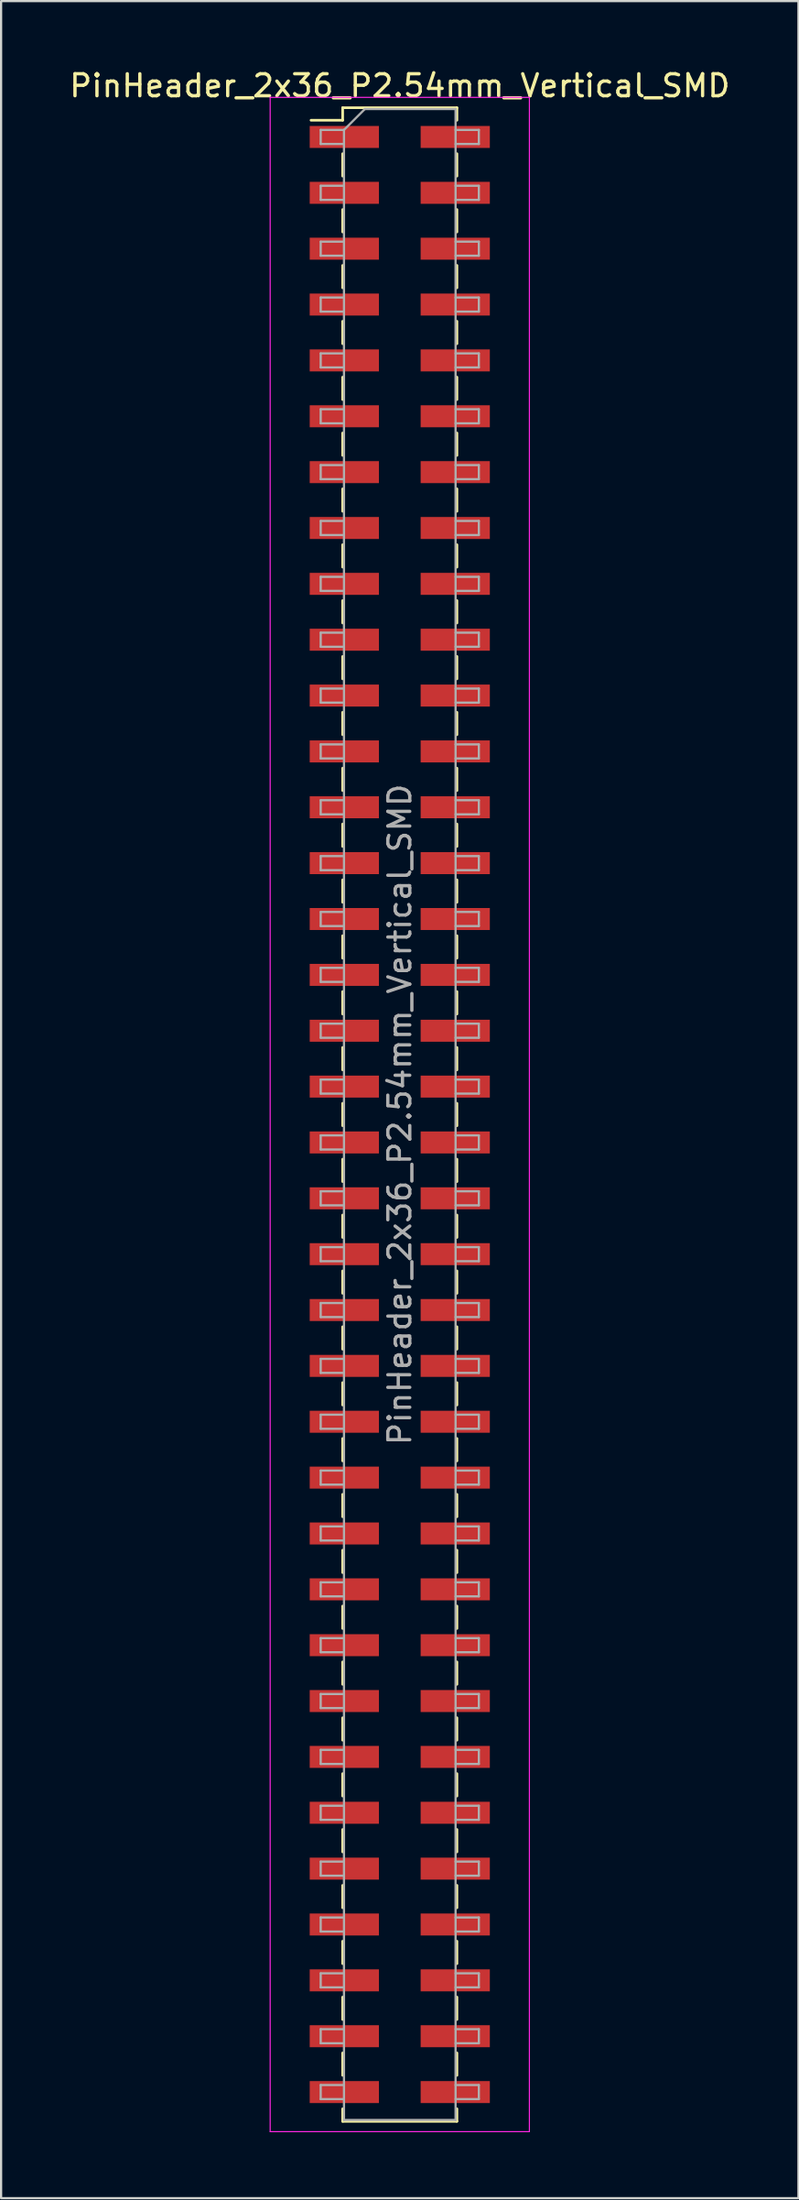
<source format=kicad_pcb>
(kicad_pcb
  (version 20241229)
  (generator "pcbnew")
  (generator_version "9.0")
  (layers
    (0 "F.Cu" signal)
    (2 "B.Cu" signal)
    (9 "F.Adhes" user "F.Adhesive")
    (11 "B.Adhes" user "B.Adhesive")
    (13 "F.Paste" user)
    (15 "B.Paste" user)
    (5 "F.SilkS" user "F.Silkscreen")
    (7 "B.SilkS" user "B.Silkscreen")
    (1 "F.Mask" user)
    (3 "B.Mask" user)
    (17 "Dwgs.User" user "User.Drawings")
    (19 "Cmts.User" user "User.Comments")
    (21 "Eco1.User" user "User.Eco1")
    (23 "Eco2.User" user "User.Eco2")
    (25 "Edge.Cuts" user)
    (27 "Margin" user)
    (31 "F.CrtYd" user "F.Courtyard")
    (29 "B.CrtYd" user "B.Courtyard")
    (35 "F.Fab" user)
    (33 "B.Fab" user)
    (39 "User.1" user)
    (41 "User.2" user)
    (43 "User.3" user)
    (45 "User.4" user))
  (footprint "PinHeader_2x36_P2.54mm_Vertical_SMD"
    (layer "F.Cu")
    (at 15.149 47.628)
    (property "Reference" "PinHeader_2x36_P2.54mm_Vertical_SMD" (at 0 -46.78 0) (layer "F.SilkS") (effects (font (size 1 1) (thickness 0.15))))
    (attr smd)
    (fp_line (start -4.04 -45.21) (end -2.6 -45.21) (stroke (width 0.12) (type solid)) (layer "F.SilkS"))
    (fp_line (start -2.6 -45.78) (end -2.6 -45.21) (stroke (width 0.12) (type solid)) (layer "F.SilkS"))
    (fp_line (start -2.6 -45.78) (end 2.6 -45.78) (stroke (width 0.12) (type solid)) (layer "F.SilkS"))
    (fp_line (start -2.6 -43.69) (end -2.6 -42.67) (stroke (width 0.12) (type solid)) (layer "F.SilkS"))
    (fp_line (start -2.6 -41.15) (end -2.6 -40.13) (stroke (width 0.12) (type solid)) (layer "F.SilkS"))
    (fp_line (start -2.6 -38.61) (end -2.6 -37.59) (stroke (width 0.12) (type solid)) (layer "F.SilkS"))
    (fp_line (start -2.6 -36.07) (end -2.6 -35.05) (stroke (width 0.12) (type solid)) (layer "F.SilkS"))
    (fp_line (start -2.6 -33.53) (end -2.6 -32.51) (stroke (width 0.12) (type solid)) (layer "F.SilkS"))
    (fp_line (start -2.6 -30.99) (end -2.6 -29.97) (stroke (width 0.12) (type solid)) (layer "F.SilkS"))
    (fp_line (start -2.6 -28.45) (end -2.6 -27.43) (stroke (width 0.12) (type solid)) (layer "F.SilkS"))
    (fp_line (start -2.6 -25.91) (end -2.6 -24.89) (stroke (width 0.12) (type solid)) (layer "F.SilkS"))
    (fp_line (start -2.6 -23.37) (end -2.6 -22.35) (stroke (width 0.12) (type solid)) (layer "F.SilkS"))
    (fp_line (start -2.6 -20.83) (end -2.6 -19.81) (stroke (width 0.12) (type solid)) (layer "F.SilkS"))
    (fp_line (start -2.6 -18.29) (end -2.6 -17.27) (stroke (width 0.12) (type solid)) (layer "F.SilkS"))
    (fp_line (start -2.6 -15.75) (end -2.6 -14.73) (stroke (width 0.12) (type solid)) (layer "F.SilkS"))
    (fp_line (start -2.6 -13.21) (end -2.6 -12.19) (stroke (width 0.12) (type solid)) (layer "F.SilkS"))
    (fp_line (start -2.6 -10.67) (end -2.6 -9.65) (stroke (width 0.12) (type solid)) (layer "F.SilkS"))
    (fp_line (start -2.6 -8.13) (end -2.6 -7.11) (stroke (width 0.12) (type solid)) (layer "F.SilkS"))
    (fp_line (start -2.6 -5.59) (end -2.6 -4.57) (stroke (width 0.12) (type solid)) (layer "F.SilkS"))
    (fp_line (start -2.6 -3.05) (end -2.6 -2.03) (stroke (width 0.12) (type solid)) (layer "F.SilkS"))
    (fp_line (start -2.6 -0.51) (end -2.6 0.51) (stroke (width 0.12) (type solid)) (layer "F.SilkS"))
    (fp_line (start -2.6 2.03) (end -2.6 3.05) (stroke (width 0.12) (type solid)) (layer "F.SilkS"))
    (fp_line (start -2.6 4.57) (end -2.6 5.59) (stroke (width 0.12) (type solid)) (layer "F.SilkS"))
    (fp_line (start -2.6 7.11) (end -2.6 8.13) (stroke (width 0.12) (type solid)) (layer "F.SilkS"))
    (fp_line (start -2.6 9.65) (end -2.6 10.67) (stroke (width 0.12) (type solid)) (layer "F.SilkS"))
    (fp_line (start -2.6 12.19) (end -2.6 13.21) (stroke (width 0.12) (type solid)) (layer "F.SilkS"))
    (fp_line (start -2.6 14.73) (end -2.6 15.75) (stroke (width 0.12) (type solid)) (layer "F.SilkS"))
    (fp_line (start -2.6 17.27) (end -2.6 18.29) (stroke (width 0.12) (type solid)) (layer "F.SilkS"))
    (fp_line (start -2.6 19.81) (end -2.6 20.83) (stroke (width 0.12) (type solid)) (layer "F.SilkS"))
    (fp_line (start -2.6 22.35) (end -2.6 23.37) (stroke (width 0.12) (type solid)) (layer "F.SilkS"))
    (fp_line (start -2.6 24.89) (end -2.6 25.91) (stroke (width 0.12) (type solid)) (layer "F.SilkS"))
    (fp_line (start -2.6 27.43) (end -2.6 28.45) (stroke (width 0.12) (type solid)) (layer "F.SilkS"))
    (fp_line (start -2.6 29.97) (end -2.6 30.99) (stroke (width 0.12) (type solid)) (layer "F.SilkS"))
    (fp_line (start -2.6 32.51) (end -2.6 33.53) (stroke (width 0.12) (type solid)) (layer "F.SilkS"))
    (fp_line (start -2.6 35.05) (end -2.6 36.07) (stroke (width 0.12) (type solid)) (layer "F.SilkS"))
    (fp_line (start -2.6 37.59) (end -2.6 38.61) (stroke (width 0.12) (type solid)) (layer "F.SilkS"))
    (fp_line (start -2.6 40.13) (end -2.6 41.15) (stroke (width 0.12) (type solid)) (layer "F.SilkS"))
    (fp_line (start -2.6 42.67) (end -2.6 43.69) (stroke (width 0.12) (type solid)) (layer "F.SilkS"))
    (fp_line (start -2.6 45.21) (end -2.6 45.78) (stroke (width 0.12) (type solid)) (layer "F.SilkS"))
    (fp_line (start -2.6 45.78) (end 2.6 45.78) (stroke (width 0.12) (type solid)) (layer "F.SilkS"))
    (fp_line (start 2.6 -45.78) (end 2.6 -45.21) (stroke (width 0.12) (type solid)) (layer "F.SilkS"))
    (fp_line (start 2.6 -43.69) (end 2.6 -42.67) (stroke (width 0.12) (type solid)) (layer "F.SilkS"))
    (fp_line (start 2.6 -41.15) (end 2.6 -40.13) (stroke (width 0.12) (type solid)) (layer "F.SilkS"))
    (fp_line (start 2.6 -38.61) (end 2.6 -37.59) (stroke (width 0.12) (type solid)) (layer "F.SilkS"))
    (fp_line (start 2.6 -36.07) (end 2.6 -35.05) (stroke (width 0.12) (type solid)) (layer "F.SilkS"))
    (fp_line (start 2.6 -33.53) (end 2.6 -32.51) (stroke (width 0.12) (type solid)) (layer "F.SilkS"))
    (fp_line (start 2.6 -30.99) (end 2.6 -29.97) (stroke (width 0.12) (type solid)) (layer "F.SilkS"))
    (fp_line (start 2.6 -28.45) (end 2.6 -27.43) (stroke (width 0.12) (type solid)) (layer "F.SilkS"))
    (fp_line (start 2.6 -25.91) (end 2.6 -24.89) (stroke (width 0.12) (type solid)) (layer "F.SilkS"))
    (fp_line (start 2.6 -23.37) (end 2.6 -22.35) (stroke (width 0.12) (type solid)) (layer "F.SilkS"))
    (fp_line (start 2.6 -20.83) (end 2.6 -19.81) (stroke (width 0.12) (type solid)) (layer "F.SilkS"))
    (fp_line (start 2.6 -18.29) (end 2.6 -17.27) (stroke (width 0.12) (type solid)) (layer "F.SilkS"))
    (fp_line (start 2.6 -15.75) (end 2.6 -14.73) (stroke (width 0.12) (type solid)) (layer "F.SilkS"))
    (fp_line (start 2.6 -13.21) (end 2.6 -12.19) (stroke (width 0.12) (type solid)) (layer "F.SilkS"))
    (fp_line (start 2.6 -10.67) (end 2.6 -9.65) (stroke (width 0.12) (type solid)) (layer "F.SilkS"))
    (fp_line (start 2.6 -8.13) (end 2.6 -7.11) (stroke (width 0.12) (type solid)) (layer "F.SilkS"))
    (fp_line (start 2.6 -5.59) (end 2.6 -4.57) (stroke (width 0.12) (type solid)) (layer "F.SilkS"))
    (fp_line (start 2.6 -3.05) (end 2.6 -2.03) (stroke (width 0.12) (type solid)) (layer "F.SilkS"))
    (fp_line (start 2.6 -0.51) (end 2.6 0.51) (stroke (width 0.12) (type solid)) (layer "F.SilkS"))
    (fp_line (start 2.6 2.03) (end 2.6 3.05) (stroke (width 0.12) (type solid)) (layer "F.SilkS"))
    (fp_line (start 2.6 4.57) (end 2.6 5.59) (stroke (width 0.12) (type solid)) (layer "F.SilkS"))
    (fp_line (start 2.6 7.11) (end 2.6 8.13) (stroke (width 0.12) (type solid)) (layer "F.SilkS"))
    (fp_line (start 2.6 9.65) (end 2.6 10.67) (stroke (width 0.12) (type solid)) (layer "F.SilkS"))
    (fp_line (start 2.6 12.19) (end 2.6 13.21) (stroke (width 0.12) (type solid)) (layer "F.SilkS"))
    (fp_line (start 2.6 14.73) (end 2.6 15.75) (stroke (width 0.12) (type solid)) (layer "F.SilkS"))
    (fp_line (start 2.6 17.27) (end 2.6 18.29) (stroke (width 0.12) (type solid)) (layer "F.SilkS"))
    (fp_line (start 2.6 19.81) (end 2.6 20.83) (stroke (width 0.12) (type solid)) (layer "F.SilkS"))
    (fp_line (start 2.6 22.35) (end 2.6 23.37) (stroke (width 0.12) (type solid)) (layer "F.SilkS"))
    (fp_line (start 2.6 24.89) (end 2.6 25.91) (stroke (width 0.12) (type solid)) (layer "F.SilkS"))
    (fp_line (start 2.6 27.43) (end 2.6 28.45) (stroke (width 0.12) (type solid)) (layer "F.SilkS"))
    (fp_line (start 2.6 29.97) (end 2.6 30.99) (stroke (width 0.12) (type solid)) (layer "F.SilkS"))
    (fp_line (start 2.6 32.51) (end 2.6 33.53) (stroke (width 0.12) (type solid)) (layer "F.SilkS"))
    (fp_line (start 2.6 35.05) (end 2.6 36.07) (stroke (width 0.12) (type solid)) (layer "F.SilkS"))
    (fp_line (start 2.6 37.59) (end 2.6 38.61) (stroke (width 0.12) (type solid)) (layer "F.SilkS"))
    (fp_line (start 2.6 40.13) (end 2.6 41.15) (stroke (width 0.12) (type solid)) (layer "F.SilkS"))
    (fp_line (start 2.6 42.67) (end 2.6 43.69) (stroke (width 0.12) (type solid)) (layer "F.SilkS"))
    (fp_line (start 2.6 45.21) (end 2.6 45.78) (stroke (width 0.12) (type solid)) (layer "F.SilkS"))
    (fp_line (start -5.9 -46.25) (end -5.9 46.25) (stroke (width 0.05) (type solid)) (layer "F.CrtYd"))
    (fp_line (start -5.9 46.25) (end 5.9 46.25) (stroke (width 0.05) (type solid)) (layer "F.CrtYd"))
    (fp_line (start 5.9 -46.25) (end -5.9 -46.25) (stroke (width 0.05) (type solid)) (layer "F.CrtYd"))
    (fp_line (start 5.9 46.25) (end 5.9 -46.25) (stroke (width 0.05) (type solid)) (layer "F.CrtYd"))
    (fp_line (start -3.6 -44.77) (end -3.6 -44.13) (stroke (width 0.1) (type solid)) (layer "F.Fab"))
    (fp_line (start -3.6 -44.13) (end -2.54 -44.13) (stroke (width 0.1) (type solid)) (layer "F.Fab"))
    (fp_line (start -3.6 -42.23) (end -3.6 -41.59) (stroke (width 0.1) (type solid)) (layer "F.Fab"))
    (fp_line (start -3.6 -41.59) (end -2.54 -41.59) (stroke (width 0.1) (type solid)) (layer "F.Fab"))
    (fp_line (start -3.6 -39.69) (end -3.6 -39.05) (stroke (width 0.1) (type solid)) (layer "F.Fab"))
    (fp_line (start -3.6 -39.05) (end -2.54 -39.05) (stroke (width 0.1) (type solid)) (layer "F.Fab"))
    (fp_line (start -3.6 -37.15) (end -3.6 -36.51) (stroke (width 0.1) (type solid)) (layer "F.Fab"))
    (fp_line (start -3.6 -36.51) (end -2.54 -36.51) (stroke (width 0.1) (type solid)) (layer "F.Fab"))
    (fp_line (start -3.6 -34.61) (end -3.6 -33.97) (stroke (width 0.1) (type solid)) (layer "F.Fab"))
    (fp_line (start -3.6 -33.97) (end -2.54 -33.97) (stroke (width 0.1) (type solid)) (layer "F.Fab"))
    (fp_line (start -3.6 -32.07) (end -3.6 -31.43) (stroke (width 0.1) (type solid)) (layer "F.Fab"))
    (fp_line (start -3.6 -31.43) (end -2.54 -31.43) (stroke (width 0.1) (type solid)) (layer "F.Fab"))
    (fp_line (start -3.6 -29.53) (end -3.6 -28.89) (stroke (width 0.1) (type solid)) (layer "F.Fab"))
    (fp_line (start -3.6 -28.89) (end -2.54 -28.89) (stroke (width 0.1) (type solid)) (layer "F.Fab"))
    (fp_line (start -3.6 -26.99) (end -3.6 -26.35) (stroke (width 0.1) (type solid)) (layer "F.Fab"))
    (fp_line (start -3.6 -26.35) (end -2.54 -26.35) (stroke (width 0.1) (type solid)) (layer "F.Fab"))
    (fp_line (start -3.6 -24.45) (end -3.6 -23.81) (stroke (width 0.1) (type solid)) (layer "F.Fab"))
    (fp_line (start -3.6 -23.81) (end -2.54 -23.81) (stroke (width 0.1) (type solid)) (layer "F.Fab"))
    (fp_line (start -3.6 -21.91) (end -3.6 -21.27) (stroke (width 0.1) (type solid)) (layer "F.Fab"))
    (fp_line (start -3.6 -21.27) (end -2.54 -21.27) (stroke (width 0.1) (type solid)) (layer "F.Fab"))
    (fp_line (start -3.6 -19.37) (end -3.6 -18.73) (stroke (width 0.1) (type solid)) (layer "F.Fab"))
    (fp_line (start -3.6 -18.73) (end -2.54 -18.73) (stroke (width 0.1) (type solid)) (layer "F.Fab"))
    (fp_line (start -3.6 -16.83) (end -3.6 -16.19) (stroke (width 0.1) (type solid)) (layer "F.Fab"))
    (fp_line (start -3.6 -16.19) (end -2.54 -16.19) (stroke (width 0.1) (type solid)) (layer "F.Fab"))
    (fp_line (start -3.6 -14.29) (end -3.6 -13.65) (stroke (width 0.1) (type solid)) (layer "F.Fab"))
    (fp_line (start -3.6 -13.65) (end -2.54 -13.65) (stroke (width 0.1) (type solid)) (layer "F.Fab"))
    (fp_line (start -3.6 -11.75) (end -3.6 -11.11) (stroke (width 0.1) (type solid)) (layer "F.Fab"))
    (fp_line (start -3.6 -11.11) (end -2.54 -11.11) (stroke (width 0.1) (type solid)) (layer "F.Fab"))
    (fp_line (start -3.6 -9.21) (end -3.6 -8.57) (stroke (width 0.1) (type solid)) (layer "F.Fab"))
    (fp_line (start -3.6 -8.57) (end -2.54 -8.57) (stroke (width 0.1) (type solid)) (layer "F.Fab"))
    (fp_line (start -3.6 -6.67) (end -3.6 -6.03) (stroke (width 0.1) (type solid)) (layer "F.Fab"))
    (fp_line (start -3.6 -6.03) (end -2.54 -6.03) (stroke (width 0.1) (type solid)) (layer "F.Fab"))
    (fp_line (start -3.6 -4.13) (end -3.6 -3.49) (stroke (width 0.1) (type solid)) (layer "F.Fab"))
    (fp_line (start -3.6 -3.49) (end -2.54 -3.49) (stroke (width 0.1) (type solid)) (layer "F.Fab"))
    (fp_line (start -3.6 -1.59) (end -3.6 -0.95) (stroke (width 0.1) (type solid)) (layer "F.Fab"))
    (fp_line (start -3.6 -0.95) (end -2.54 -0.95) (stroke (width 0.1) (type solid)) (layer "F.Fab"))
    (fp_line (start -3.6 0.95) (end -3.6 1.59) (stroke (width 0.1) (type solid)) (layer "F.Fab"))
    (fp_line (start -3.6 1.59) (end -2.54 1.59) (stroke (width 0.1) (type solid)) (layer "F.Fab"))
    (fp_line (start -3.6 3.49) (end -3.6 4.13) (stroke (width 0.1) (type solid)) (layer "F.Fab"))
    (fp_line (start -3.6 4.13) (end -2.54 4.13) (stroke (width 0.1) (type solid)) (layer "F.Fab"))
    (fp_line (start -3.6 6.03) (end -3.6 6.67) (stroke (width 0.1) (type solid)) (layer "F.Fab"))
    (fp_line (start -3.6 6.67) (end -2.54 6.67) (stroke (width 0.1) (type solid)) (layer "F.Fab"))
    (fp_line (start -3.6 8.57) (end -3.6 9.21) (stroke (width 0.1) (type solid)) (layer "F.Fab"))
    (fp_line (start -3.6 9.21) (end -2.54 9.21) (stroke (width 0.1) (type solid)) (layer "F.Fab"))
    (fp_line (start -3.6 11.11) (end -3.6 11.75) (stroke (width 0.1) (type solid)) (layer "F.Fab"))
    (fp_line (start -3.6 11.75) (end -2.54 11.75) (stroke (width 0.1) (type solid)) (layer "F.Fab"))
    (fp_line (start -3.6 13.65) (end -3.6 14.29) (stroke (width 0.1) (type solid)) (layer "F.Fab"))
    (fp_line (start -3.6 14.29) (end -2.54 14.29) (stroke (width 0.1) (type solid)) (layer "F.Fab"))
    (fp_line (start -3.6 16.19) (end -3.6 16.83) (stroke (width 0.1) (type solid)) (layer "F.Fab"))
    (fp_line (start -3.6 16.83) (end -2.54 16.83) (stroke (width 0.1) (type solid)) (layer "F.Fab"))
    (fp_line (start -3.6 18.73) (end -3.6 19.37) (stroke (width 0.1) (type solid)) (layer "F.Fab"))
    (fp_line (start -3.6 19.37) (end -2.54 19.37) (stroke (width 0.1) (type solid)) (layer "F.Fab"))
    (fp_line (start -3.6 21.27) (end -3.6 21.91) (stroke (width 0.1) (type solid)) (layer "F.Fab"))
    (fp_line (start -3.6 21.91) (end -2.54 21.91) (stroke (width 0.1) (type solid)) (layer "F.Fab"))
    (fp_line (start -3.6 23.81) (end -3.6 24.45) (stroke (width 0.1) (type solid)) (layer "F.Fab"))
    (fp_line (start -3.6 24.45) (end -2.54 24.45) (stroke (width 0.1) (type solid)) (layer "F.Fab"))
    (fp_line (start -3.6 26.35) (end -3.6 26.99) (stroke (width 0.1) (type solid)) (layer "F.Fab"))
    (fp_line (start -3.6 26.99) (end -2.54 26.99) (stroke (width 0.1) (type solid)) (layer "F.Fab"))
    (fp_line (start -3.6 28.89) (end -3.6 29.53) (stroke (width 0.1) (type solid)) (layer "F.Fab"))
    (fp_line (start -3.6 29.53) (end -2.54 29.53) (stroke (width 0.1) (type solid)) (layer "F.Fab"))
    (fp_line (start -3.6 31.43) (end -3.6 32.07) (stroke (width 0.1) (type solid)) (layer "F.Fab"))
    (fp_line (start -3.6 32.07) (end -2.54 32.07) (stroke (width 0.1) (type solid)) (layer "F.Fab"))
    (fp_line (start -3.6 33.97) (end -3.6 34.61) (stroke (width 0.1) (type solid)) (layer "F.Fab"))
    (fp_line (start -3.6 34.61) (end -2.54 34.61) (stroke (width 0.1) (type solid)) (layer "F.Fab"))
    (fp_line (start -3.6 36.51) (end -3.6 37.15) (stroke (width 0.1) (type solid)) (layer "F.Fab"))
    (fp_line (start -3.6 37.15) (end -2.54 37.15) (stroke (width 0.1) (type solid)) (layer "F.Fab"))
    (fp_line (start -3.6 39.05) (end -3.6 39.69) (stroke (width 0.1) (type solid)) (layer "F.Fab"))
    (fp_line (start -3.6 39.69) (end -2.54 39.69) (stroke (width 0.1) (type solid)) (layer "F.Fab"))
    (fp_line (start -3.6 41.59) (end -3.6 42.23) (stroke (width 0.1) (type solid)) (layer "F.Fab"))
    (fp_line (start -3.6 42.23) (end -2.54 42.23) (stroke (width 0.1) (type solid)) (layer "F.Fab"))
    (fp_line (start -3.6 44.13) (end -3.6 44.77) (stroke (width 0.1) (type solid)) (layer "F.Fab"))
    (fp_line (start -3.6 44.77) (end -2.54 44.77) (stroke (width 0.1) (type solid)) (layer "F.Fab"))
    (fp_line (start -2.54 -44.77) (end -3.6 -44.77) (stroke (width 0.1) (type solid)) (layer "F.Fab"))
    (fp_line (start -2.54 -44.77) (end -1.59 -45.72) (stroke (width 0.1) (type solid)) (layer "F.Fab"))
    (fp_line (start -2.54 -42.23) (end -3.6 -42.23) (stroke (width 0.1) (type solid)) (layer "F.Fab"))
    (fp_line (start -2.54 -39.69) (end -3.6 -39.69) (stroke (width 0.1) (type solid)) (layer "F.Fab"))
    (fp_line (start -2.54 -37.15) (end -3.6 -37.15) (stroke (width 0.1) (type solid)) (layer "F.Fab"))
    (fp_line (start -2.54 -34.61) (end -3.6 -34.61) (stroke (width 0.1) (type solid)) (layer "F.Fab"))
    (fp_line (start -2.54 -32.07) (end -3.6 -32.07) (stroke (width 0.1) (type solid)) (layer "F.Fab"))
    (fp_line (start -2.54 -29.53) (end -3.6 -29.53) (stroke (width 0.1) (type solid)) (layer "F.Fab"))
    (fp_line (start -2.54 -26.99) (end -3.6 -26.99) (stroke (width 0.1) (type solid)) (layer "F.Fab"))
    (fp_line (start -2.54 -24.45) (end -3.6 -24.45) (stroke (width 0.1) (type solid)) (layer "F.Fab"))
    (fp_line (start -2.54 -21.91) (end -3.6 -21.91) (stroke (width 0.1) (type solid)) (layer "F.Fab"))
    (fp_line (start -2.54 -19.37) (end -3.6 -19.37) (stroke (width 0.1) (type solid)) (layer "F.Fab"))
    (fp_line (start -2.54 -16.83) (end -3.6 -16.83) (stroke (width 0.1) (type solid)) (layer "F.Fab"))
    (fp_line (start -2.54 -14.29) (end -3.6 -14.29) (stroke (width 0.1) (type solid)) (layer "F.Fab"))
    (fp_line (start -2.54 -11.75) (end -3.6 -11.75) (stroke (width 0.1) (type solid)) (layer "F.Fab"))
    (fp_line (start -2.54 -9.21) (end -3.6 -9.21) (stroke (width 0.1) (type solid)) (layer "F.Fab"))
    (fp_line (start -2.54 -6.67) (end -3.6 -6.67) (stroke (width 0.1) (type solid)) (layer "F.Fab"))
    (fp_line (start -2.54 -4.13) (end -3.6 -4.13) (stroke (width 0.1) (type solid)) (layer "F.Fab"))
    (fp_line (start -2.54 -1.59) (end -3.6 -1.59) (stroke (width 0.1) (type solid)) (layer "F.Fab"))
    (fp_line (start -2.54 0.95) (end -3.6 0.95) (stroke (width 0.1) (type solid)) (layer "F.Fab"))
    (fp_line (start -2.54 3.49) (end -3.6 3.49) (stroke (width 0.1) (type solid)) (layer "F.Fab"))
    (fp_line (start -2.54 6.03) (end -3.6 6.03) (stroke (width 0.1) (type solid)) (layer "F.Fab"))
    (fp_line (start -2.54 8.57) (end -3.6 8.57) (stroke (width 0.1) (type solid)) (layer "F.Fab"))
    (fp_line (start -2.54 11.11) (end -3.6 11.11) (stroke (width 0.1) (type solid)) (layer "F.Fab"))
    (fp_line (start -2.54 13.65) (end -3.6 13.65) (stroke (width 0.1) (type solid)) (layer "F.Fab"))
    (fp_line (start -2.54 16.19) (end -3.6 16.19) (stroke (width 0.1) (type solid)) (layer "F.Fab"))
    (fp_line (start -2.54 18.73) (end -3.6 18.73) (stroke (width 0.1) (type solid)) (layer "F.Fab"))
    (fp_line (start -2.54 21.27) (end -3.6 21.27) (stroke (width 0.1) (type solid)) (layer "F.Fab"))
    (fp_line (start -2.54 23.81) (end -3.6 23.81) (stroke (width 0.1) (type solid)) (layer "F.Fab"))
    (fp_line (start -2.54 26.35) (end -3.6 26.35) (stroke (width 0.1) (type solid)) (layer "F.Fab"))
    (fp_line (start -2.54 28.89) (end -3.6 28.89) (stroke (width 0.1) (type solid)) (layer "F.Fab"))
    (fp_line (start -2.54 31.43) (end -3.6 31.43) (stroke (width 0.1) (type solid)) (layer "F.Fab"))
    (fp_line (start -2.54 33.97) (end -3.6 33.97) (stroke (width 0.1) (type solid)) (layer "F.Fab"))
    (fp_line (start -2.54 36.51) (end -3.6 36.51) (stroke (width 0.1) (type solid)) (layer "F.Fab"))
    (fp_line (start -2.54 39.05) (end -3.6 39.05) (stroke (width 0.1) (type solid)) (layer "F.Fab"))
    (fp_line (start -2.54 41.59) (end -3.6 41.59) (stroke (width 0.1) (type solid)) (layer "F.Fab"))
    (fp_line (start -2.54 44.13) (end -3.6 44.13) (stroke (width 0.1) (type solid)) (layer "F.Fab"))
    (fp_line (start -2.54 45.72) (end -2.54 -44.77) (stroke (width 0.1) (type solid)) (layer "F.Fab"))
    (fp_line (start -1.59 -45.72) (end 2.54 -45.72) (stroke (width 0.1) (type solid)) (layer "F.Fab"))
    (fp_line (start 2.54 -45.72) (end 2.54 45.72) (stroke (width 0.1) (type solid)) (layer "F.Fab"))
    (fp_line (start 2.54 -44.77) (end 3.6 -44.77) (stroke (width 0.1) (type solid)) (layer "F.Fab"))
    (fp_line (start 2.54 -42.23) (end 3.6 -42.23) (stroke (width 0.1) (type solid)) (layer "F.Fab"))
    (fp_line (start 2.54 -39.69) (end 3.6 -39.69) (stroke (width 0.1) (type solid)) (layer "F.Fab"))
    (fp_line (start 2.54 -37.15) (end 3.6 -37.15) (stroke (width 0.1) (type solid)) (layer "F.Fab"))
    (fp_line (start 2.54 -34.61) (end 3.6 -34.61) (stroke (width 0.1) (type solid)) (layer "F.Fab"))
    (fp_line (start 2.54 -32.07) (end 3.6 -32.07) (stroke (width 0.1) (type solid)) (layer "F.Fab"))
    (fp_line (start 2.54 -29.53) (end 3.6 -29.53) (stroke (width 0.1) (type solid)) (layer "F.Fab"))
    (fp_line (start 2.54 -26.99) (end 3.6 -26.99) (stroke (width 0.1) (type solid)) (layer "F.Fab"))
    (fp_line (start 2.54 -24.45) (end 3.6 -24.45) (stroke (width 0.1) (type solid)) (layer "F.Fab"))
    (fp_line (start 2.54 -21.91) (end 3.6 -21.91) (stroke (width 0.1) (type solid)) (layer "F.Fab"))
    (fp_line (start 2.54 -19.37) (end 3.6 -19.37) (stroke (width 0.1) (type solid)) (layer "F.Fab"))
    (fp_line (start 2.54 -16.83) (end 3.6 -16.83) (stroke (width 0.1) (type solid)) (layer "F.Fab"))
    (fp_line (start 2.54 -14.29) (end 3.6 -14.29) (stroke (width 0.1) (type solid)) (layer "F.Fab"))
    (fp_line (start 2.54 -11.75) (end 3.6 -11.75) (stroke (width 0.1) (type solid)) (layer "F.Fab"))
    (fp_line (start 2.54 -9.21) (end 3.6 -9.21) (stroke (width 0.1) (type solid)) (layer "F.Fab"))
    (fp_line (start 2.54 -6.67) (end 3.6 -6.67) (stroke (width 0.1) (type solid)) (layer "F.Fab"))
    (fp_line (start 2.54 -4.13) (end 3.6 -4.13) (stroke (width 0.1) (type solid)) (layer "F.Fab"))
    (fp_line (start 2.54 -1.59) (end 3.6 -1.59) (stroke (width 0.1) (type solid)) (layer "F.Fab"))
    (fp_line (start 2.54 0.95) (end 3.6 0.95) (stroke (width 0.1) (type solid)) (layer "F.Fab"))
    (fp_line (start 2.54 3.49) (end 3.6 3.49) (stroke (width 0.1) (type solid)) (layer "F.Fab"))
    (fp_line (start 2.54 6.03) (end 3.6 6.03) (stroke (width 0.1) (type solid)) (layer "F.Fab"))
    (fp_line (start 2.54 8.57) (end 3.6 8.57) (stroke (width 0.1) (type solid)) (layer "F.Fab"))
    (fp_line (start 2.54 11.11) (end 3.6 11.11) (stroke (width 0.1) (type solid)) (layer "F.Fab"))
    (fp_line (start 2.54 13.65) (end 3.6 13.65) (stroke (width 0.1) (type solid)) (layer "F.Fab"))
    (fp_line (start 2.54 16.19) (end 3.6 16.19) (stroke (width 0.1) (type solid)) (layer "F.Fab"))
    (fp_line (start 2.54 18.73) (end 3.6 18.73) (stroke (width 0.1) (type solid)) (layer "F.Fab"))
    (fp_line (start 2.54 21.27) (end 3.6 21.27) (stroke (width 0.1) (type solid)) (layer "F.Fab"))
    (fp_line (start 2.54 23.81) (end 3.6 23.81) (stroke (width 0.1) (type solid)) (layer "F.Fab"))
    (fp_line (start 2.54 26.35) (end 3.6 26.35) (stroke (width 0.1) (type solid)) (layer "F.Fab"))
    (fp_line (start 2.54 28.89) (end 3.6 28.89) (stroke (width 0.1) (type solid)) (layer "F.Fab"))
    (fp_line (start 2.54 31.43) (end 3.6 31.43) (stroke (width 0.1) (type solid)) (layer "F.Fab"))
    (fp_line (start 2.54 33.97) (end 3.6 33.97) (stroke (width 0.1) (type solid)) (layer "F.Fab"))
    (fp_line (start 2.54 36.51) (end 3.6 36.51) (stroke (width 0.1) (type solid)) (layer "F.Fab"))
    (fp_line (start 2.54 39.05) (end 3.6 39.05) (stroke (width 0.1) (type solid)) (layer "F.Fab"))
    (fp_line (start 2.54 41.59) (end 3.6 41.59) (stroke (width 0.1) (type solid)) (layer "F.Fab"))
    (fp_line (start 2.54 44.13) (end 3.6 44.13) (stroke (width 0.1) (type solid)) (layer "F.Fab"))
    (fp_line (start 2.54 45.72) (end -2.54 45.72) (stroke (width 0.1) (type solid)) (layer "F.Fab"))
    (fp_line (start 3.6 -44.77) (end 3.6 -44.13) (stroke (width 0.1) (type solid)) (layer "F.Fab"))
    (fp_line (start 3.6 -44.13) (end 2.54 -44.13) (stroke (width 0.1) (type solid)) (layer "F.Fab"))
    (fp_line (start 3.6 -42.23) (end 3.6 -41.59) (stroke (width 0.1) (type solid)) (layer "F.Fab"))
    (fp_line (start 3.6 -41.59) (end 2.54 -41.59) (stroke (width 0.1) (type solid)) (layer "F.Fab"))
    (fp_line (start 3.6 -39.69) (end 3.6 -39.05) (stroke (width 0.1) (type solid)) (layer "F.Fab"))
    (fp_line (start 3.6 -39.05) (end 2.54 -39.05) (stroke (width 0.1) (type solid)) (layer "F.Fab"))
    (fp_line (start 3.6 -37.15) (end 3.6 -36.51) (stroke (width 0.1) (type solid)) (layer "F.Fab"))
    (fp_line (start 3.6 -36.51) (end 2.54 -36.51) (stroke (width 0.1) (type solid)) (layer "F.Fab"))
    (fp_line (start 3.6 -34.61) (end 3.6 -33.97) (stroke (width 0.1) (type solid)) (layer "F.Fab"))
    (fp_line (start 3.6 -33.97) (end 2.54 -33.97) (stroke (width 0.1) (type solid)) (layer "F.Fab"))
    (fp_line (start 3.6 -32.07) (end 3.6 -31.43) (stroke (width 0.1) (type solid)) (layer "F.Fab"))
    (fp_line (start 3.6 -31.43) (end 2.54 -31.43) (stroke (width 0.1) (type solid)) (layer "F.Fab"))
    (fp_line (start 3.6 -29.53) (end 3.6 -28.89) (stroke (width 0.1) (type solid)) (layer "F.Fab"))
    (fp_line (start 3.6 -28.89) (end 2.54 -28.89) (stroke (width 0.1) (type solid)) (layer "F.Fab"))
    (fp_line (start 3.6 -26.99) (end 3.6 -26.35) (stroke (width 0.1) (type solid)) (layer "F.Fab"))
    (fp_line (start 3.6 -26.35) (end 2.54 -26.35) (stroke (width 0.1) (type solid)) (layer "F.Fab"))
    (fp_line (start 3.6 -24.45) (end 3.6 -23.81) (stroke (width 0.1) (type solid)) (layer "F.Fab"))
    (fp_line (start 3.6 -23.81) (end 2.54 -23.81) (stroke (width 0.1) (type solid)) (layer "F.Fab"))
    (fp_line (start 3.6 -21.91) (end 3.6 -21.27) (stroke (width 0.1) (type solid)) (layer "F.Fab"))
    (fp_line (start 3.6 -21.27) (end 2.54 -21.27) (stroke (width 0.1) (type solid)) (layer "F.Fab"))
    (fp_line (start 3.6 -19.37) (end 3.6 -18.73) (stroke (width 0.1) (type solid)) (layer "F.Fab"))
    (fp_line (start 3.6 -18.73) (end 2.54 -18.73) (stroke (width 0.1) (type solid)) (layer "F.Fab"))
    (fp_line (start 3.6 -16.83) (end 3.6 -16.19) (stroke (width 0.1) (type solid)) (layer "F.Fab"))
    (fp_line (start 3.6 -16.19) (end 2.54 -16.19) (stroke (width 0.1) (type solid)) (layer "F.Fab"))
    (fp_line (start 3.6 -14.29) (end 3.6 -13.65) (stroke (width 0.1) (type solid)) (layer "F.Fab"))
    (fp_line (start 3.6 -13.65) (end 2.54 -13.65) (stroke (width 0.1) (type solid)) (layer "F.Fab"))
    (fp_line (start 3.6 -11.75) (end 3.6 -11.11) (stroke (width 0.1) (type solid)) (layer "F.Fab"))
    (fp_line (start 3.6 -11.11) (end 2.54 -11.11) (stroke (width 0.1) (type solid)) (layer "F.Fab"))
    (fp_line (start 3.6 -9.21) (end 3.6 -8.57) (stroke (width 0.1) (type solid)) (layer "F.Fab"))
    (fp_line (start 3.6 -8.57) (end 2.54 -8.57) (stroke (width 0.1) (type solid)) (layer "F.Fab"))
    (fp_line (start 3.6 -6.67) (end 3.6 -6.03) (stroke (width 0.1) (type solid)) (layer "F.Fab"))
    (fp_line (start 3.6 -6.03) (end 2.54 -6.03) (stroke (width 0.1) (type solid)) (layer "F.Fab"))
    (fp_line (start 3.6 -4.13) (end 3.6 -3.49) (stroke (width 0.1) (type solid)) (layer "F.Fab"))
    (fp_line (start 3.6 -3.49) (end 2.54 -3.49) (stroke (width 0.1) (type solid)) (layer "F.Fab"))
    (fp_line (start 3.6 -1.59) (end 3.6 -0.95) (stroke (width 0.1) (type solid)) (layer "F.Fab"))
    (fp_line (start 3.6 -0.95) (end 2.54 -0.95) (stroke (width 0.1) (type solid)) (layer "F.Fab"))
    (fp_line (start 3.6 0.95) (end 3.6 1.59) (stroke (width 0.1) (type solid)) (layer "F.Fab"))
    (fp_line (start 3.6 1.59) (end 2.54 1.59) (stroke (width 0.1) (type solid)) (layer "F.Fab"))
    (fp_line (start 3.6 3.49) (end 3.6 4.13) (stroke (width 0.1) (type solid)) (layer "F.Fab"))
    (fp_line (start 3.6 4.13) (end 2.54 4.13) (stroke (width 0.1) (type solid)) (layer "F.Fab"))
    (fp_line (start 3.6 6.03) (end 3.6 6.67) (stroke (width 0.1) (type solid)) (layer "F.Fab"))
    (fp_line (start 3.6 6.67) (end 2.54 6.67) (stroke (width 0.1) (type solid)) (layer "F.Fab"))
    (fp_line (start 3.6 8.57) (end 3.6 9.21) (stroke (width 0.1) (type solid)) (layer "F.Fab"))
    (fp_line (start 3.6 9.21) (end 2.54 9.21) (stroke (width 0.1) (type solid)) (layer "F.Fab"))
    (fp_line (start 3.6 11.11) (end 3.6 11.75) (stroke (width 0.1) (type solid)) (layer "F.Fab"))
    (fp_line (start 3.6 11.75) (end 2.54 11.75) (stroke (width 0.1) (type solid)) (layer "F.Fab"))
    (fp_line (start 3.6 13.65) (end 3.6 14.29) (stroke (width 0.1) (type solid)) (layer "F.Fab"))
    (fp_line (start 3.6 14.29) (end 2.54 14.29) (stroke (width 0.1) (type solid)) (layer "F.Fab"))
    (fp_line (start 3.6 16.19) (end 3.6 16.83) (stroke (width 0.1) (type solid)) (layer "F.Fab"))
    (fp_line (start 3.6 16.83) (end 2.54 16.83) (stroke (width 0.1) (type solid)) (layer "F.Fab"))
    (fp_line (start 3.6 18.73) (end 3.6 19.37) (stroke (width 0.1) (type solid)) (layer "F.Fab"))
    (fp_line (start 3.6 19.37) (end 2.54 19.37) (stroke (width 0.1) (type solid)) (layer "F.Fab"))
    (fp_line (start 3.6 21.27) (end 3.6 21.91) (stroke (width 0.1) (type solid)) (layer "F.Fab"))
    (fp_line (start 3.6 21.91) (end 2.54 21.91) (stroke (width 0.1) (type solid)) (layer "F.Fab"))
    (fp_line (start 3.6 23.81) (end 3.6 24.45) (stroke (width 0.1) (type solid)) (layer "F.Fab"))
    (fp_line (start 3.6 24.45) (end 2.54 24.45) (stroke (width 0.1) (type solid)) (layer "F.Fab"))
    (fp_line (start 3.6 26.35) (end 3.6 26.99) (stroke (width 0.1) (type solid)) (layer "F.Fab"))
    (fp_line (start 3.6 26.99) (end 2.54 26.99) (stroke (width 0.1) (type solid)) (layer "F.Fab"))
    (fp_line (start 3.6 28.89) (end 3.6 29.53) (stroke (width 0.1) (type solid)) (layer "F.Fab"))
    (fp_line (start 3.6 29.53) (end 2.54 29.53) (stroke (width 0.1) (type solid)) (layer "F.Fab"))
    (fp_line (start 3.6 31.43) (end 3.6 32.07) (stroke (width 0.1) (type solid)) (layer "F.Fab"))
    (fp_line (start 3.6 32.07) (end 2.54 32.07) (stroke (width 0.1) (type solid)) (layer "F.Fab"))
    (fp_line (start 3.6 33.97) (end 3.6 34.61) (stroke (width 0.1) (type solid)) (layer "F.Fab"))
    (fp_line (start 3.6 34.61) (end 2.54 34.61) (stroke (width 0.1) (type solid)) (layer "F.Fab"))
    (fp_line (start 3.6 36.51) (end 3.6 37.15) (stroke (width 0.1) (type solid)) (layer "F.Fab"))
    (fp_line (start 3.6 37.15) (end 2.54 37.15) (stroke (width 0.1) (type solid)) (layer "F.Fab"))
    (fp_line (start 3.6 39.05) (end 3.6 39.69) (stroke (width 0.1) (type solid)) (layer "F.Fab"))
    (fp_line (start 3.6 39.69) (end 2.54 39.69) (stroke (width 0.1) (type solid)) (layer "F.Fab"))
    (fp_line (start 3.6 41.59) (end 3.6 42.23) (stroke (width 0.1) (type solid)) (layer "F.Fab"))
    (fp_line (start 3.6 42.23) (end 2.54 42.23) (stroke (width 0.1) (type solid)) (layer "F.Fab"))
    (fp_line (start 3.6 44.13) (end 3.6 44.77) (stroke (width 0.1) (type solid)) (layer "F.Fab"))
    (fp_line (start 3.6 44.77) (end 2.54 44.77) (stroke (width 0.1) (type solid)) (layer "F.Fab"))
    (fp_text user "${REFERENCE}" (at 0 0 90) (layer "F.Fab") (effects (font (size 1 1) (thickness 0.15))))
    (pad "1" smd rect (at -2.525 -44.45) (size 3.15 1) (layers "F.Cu" "F.Mask" "F.Paste"))
    (pad "2" smd rect (at 2.525 -44.45) (size 3.15 1) (layers "F.Cu" "F.Mask" "F.Paste"))
    (pad "3" smd rect (at -2.525 -41.91) (size 3.15 1) (layers "F.Cu" "F.Mask" "F.Paste"))
    (pad "4" smd rect (at 2.525 -41.91) (size 3.15 1) (layers "F.Cu" "F.Mask" "F.Paste"))
    (pad "5" smd rect (at -2.525 -39.37) (size 3.15 1) (layers "F.Cu" "F.Mask" "F.Paste"))
    (pad "6" smd rect (at 2.525 -39.37) (size 3.15 1) (layers "F.Cu" "F.Mask" "F.Paste"))
    (pad "7" smd rect (at -2.525 -36.83) (size 3.15 1) (layers "F.Cu" "F.Mask" "F.Paste"))
    (pad "8" smd rect (at 2.525 -36.83) (size 3.15 1) (layers "F.Cu" "F.Mask" "F.Paste"))
    (pad "9" smd rect (at -2.525 -34.29) (size 3.15 1) (layers "F.Cu" "F.Mask" "F.Paste"))
    (pad "10" smd rect (at 2.525 -34.29) (size 3.15 1) (layers "F.Cu" "F.Mask" "F.Paste"))
    (pad "11" smd rect (at -2.525 -31.75) (size 3.15 1) (layers "F.Cu" "F.Mask" "F.Paste"))
    (pad "12" smd rect (at 2.525 -31.75) (size 3.15 1) (layers "F.Cu" "F.Mask" "F.Paste"))
    (pad "13" smd rect (at -2.525 -29.21) (size 3.15 1) (layers "F.Cu" "F.Mask" "F.Paste"))
    (pad "14" smd rect (at 2.525 -29.21) (size 3.15 1) (layers "F.Cu" "F.Mask" "F.Paste"))
    (pad "15" smd rect (at -2.525 -26.67) (size 3.15 1) (layers "F.Cu" "F.Mask" "F.Paste"))
    (pad "16" smd rect (at 2.525 -26.67) (size 3.15 1) (layers "F.Cu" "F.Mask" "F.Paste"))
    (pad "17" smd rect (at -2.525 -24.13) (size 3.15 1) (layers "F.Cu" "F.Mask" "F.Paste"))
    (pad "18" smd rect (at 2.525 -24.13) (size 3.15 1) (layers "F.Cu" "F.Mask" "F.Paste"))
    (pad "19" smd rect (at -2.525 -21.59) (size 3.15 1) (layers "F.Cu" "F.Mask" "F.Paste"))
    (pad "20" smd rect (at 2.525 -21.59) (size 3.15 1) (layers "F.Cu" "F.Mask" "F.Paste"))
    (pad "21" smd rect (at -2.525 -19.05) (size 3.15 1) (layers "F.Cu" "F.Mask" "F.Paste"))
    (pad "22" smd rect (at 2.525 -19.05) (size 3.15 1) (layers "F.Cu" "F.Mask" "F.Paste"))
    (pad "23" smd rect (at -2.525 -16.51) (size 3.15 1) (layers "F.Cu" "F.Mask" "F.Paste"))
    (pad "24" smd rect (at 2.525 -16.51) (size 3.15 1) (layers "F.Cu" "F.Mask" "F.Paste"))
    (pad "25" smd rect (at -2.525 -13.97) (size 3.15 1) (layers "F.Cu" "F.Mask" "F.Paste"))
    (pad "26" smd rect (at 2.525 -13.97) (size 3.15 1) (layers "F.Cu" "F.Mask" "F.Paste"))
    (pad "27" smd rect (at -2.525 -11.43) (size 3.15 1) (layers "F.Cu" "F.Mask" "F.Paste"))
    (pad "28" smd rect (at 2.525 -11.43) (size 3.15 1) (layers "F.Cu" "F.Mask" "F.Paste"))
    (pad "29" smd rect (at -2.525 -8.89) (size 3.15 1) (layers "F.Cu" "F.Mask" "F.Paste"))
    (pad "30" smd rect (at 2.525 -8.89) (size 3.15 1) (layers "F.Cu" "F.Mask" "F.Paste"))
    (pad "31" smd rect (at -2.525 -6.35) (size 3.15 1) (layers "F.Cu" "F.Mask" "F.Paste"))
    (pad "32" smd rect (at 2.525 -6.35) (size 3.15 1) (layers "F.Cu" "F.Mask" "F.Paste"))
    (pad "33" smd rect (at -2.525 -3.81) (size 3.15 1) (layers "F.Cu" "F.Mask" "F.Paste"))
    (pad "34" smd rect (at 2.525 -3.81) (size 3.15 1) (layers "F.Cu" "F.Mask" "F.Paste"))
    (pad "35" smd rect (at -2.525 -1.27) (size 3.15 1) (layers "F.Cu" "F.Mask" "F.Paste"))
    (pad "36" smd rect (at 2.525 -1.27) (size 3.15 1) (layers "F.Cu" "F.Mask" "F.Paste"))
    (pad "37" smd rect (at -2.525 1.27) (size 3.15 1) (layers "F.Cu" "F.Mask" "F.Paste"))
    (pad "38" smd rect (at 2.525 1.27) (size 3.15 1) (layers "F.Cu" "F.Mask" "F.Paste"))
    (pad "39" smd rect (at -2.525 3.81) (size 3.15 1) (layers "F.Cu" "F.Mask" "F.Paste"))
    (pad "40" smd rect (at 2.525 3.81) (size 3.15 1) (layers "F.Cu" "F.Mask" "F.Paste"))
    (pad "41" smd rect (at -2.525 6.35) (size 3.15 1) (layers "F.Cu" "F.Mask" "F.Paste"))
    (pad "42" smd rect (at 2.525 6.35) (size 3.15 1) (layers "F.Cu" "F.Mask" "F.Paste"))
    (pad "43" smd rect (at -2.525 8.89) (size 3.15 1) (layers "F.Cu" "F.Mask" "F.Paste"))
    (pad "44" smd rect (at 2.525 8.89) (size 3.15 1) (layers "F.Cu" "F.Mask" "F.Paste"))
    (pad "45" smd rect (at -2.525 11.43) (size 3.15 1) (layers "F.Cu" "F.Mask" "F.Paste"))
    (pad "46" smd rect (at 2.525 11.43) (size 3.15 1) (layers "F.Cu" "F.Mask" "F.Paste"))
    (pad "47" smd rect (at -2.525 13.97) (size 3.15 1) (layers "F.Cu" "F.Mask" "F.Paste"))
    (pad "48" smd rect (at 2.525 13.97) (size 3.15 1) (layers "F.Cu" "F.Mask" "F.Paste"))
    (pad "49" smd rect (at -2.525 16.51) (size 3.15 1) (layers "F.Cu" "F.Mask" "F.Paste"))
    (pad "50" smd rect (at 2.525 16.51) (size 3.15 1) (layers "F.Cu" "F.Mask" "F.Paste"))
    (pad "51" smd rect (at -2.525 19.05) (size 3.15 1) (layers "F.Cu" "F.Mask" "F.Paste"))
    (pad "52" smd rect (at 2.525 19.05) (size 3.15 1) (layers "F.Cu" "F.Mask" "F.Paste"))
    (pad "53" smd rect (at -2.525 21.59) (size 3.15 1) (layers "F.Cu" "F.Mask" "F.Paste"))
    (pad "54" smd rect (at 2.525 21.59) (size 3.15 1) (layers "F.Cu" "F.Mask" "F.Paste"))
    (pad "55" smd rect (at -2.525 24.13) (size 3.15 1) (layers "F.Cu" "F.Mask" "F.Paste"))
    (pad "56" smd rect (at 2.525 24.13) (size 3.15 1) (layers "F.Cu" "F.Mask" "F.Paste"))
    (pad "57" smd rect (at -2.525 26.67) (size 3.15 1) (layers "F.Cu" "F.Mask" "F.Paste"))
    (pad "58" smd rect (at 2.525 26.67) (size 3.15 1) (layers "F.Cu" "F.Mask" "F.Paste"))
    (pad "59" smd rect (at -2.525 29.21) (size 3.15 1) (layers "F.Cu" "F.Mask" "F.Paste"))
    (pad "60" smd rect (at 2.525 29.21) (size 3.15 1) (layers "F.Cu" "F.Mask" "F.Paste"))
    (pad "61" smd rect (at -2.525 31.75) (size 3.15 1) (layers "F.Cu" "F.Mask" "F.Paste"))
    (pad "62" smd rect (at 2.525 31.75) (size 3.15 1) (layers "F.Cu" "F.Mask" "F.Paste"))
    (pad "63" smd rect (at -2.525 34.29) (size 3.15 1) (layers "F.Cu" "F.Mask" "F.Paste"))
    (pad "64" smd rect (at 2.525 34.29) (size 3.15 1) (layers "F.Cu" "F.Mask" "F.Paste"))
    (pad "65" smd rect (at -2.525 36.83) (size 3.15 1) (layers "F.Cu" "F.Mask" "F.Paste"))
    (pad "66" smd rect (at 2.525 36.83) (size 3.15 1) (layers "F.Cu" "F.Mask" "F.Paste"))
    (pad "67" smd rect (at -2.525 39.37) (size 3.15 1) (layers "F.Cu" "F.Mask" "F.Paste"))
    (pad "68" smd rect (at 2.525 39.37) (size 3.15 1) (layers "F.Cu" "F.Mask" "F.Paste"))
    (pad "69" smd rect (at -2.525 41.91) (size 3.15 1) (layers "F.Cu" "F.Mask" "F.Paste"))
    (pad "70" smd rect (at 2.525 41.91) (size 3.15 1) (layers "F.Cu" "F.Mask" "F.Paste"))
    (pad "71" smd rect (at -2.525 44.45) (size 3.15 1) (layers "F.Cu" "F.Mask" "F.Paste"))
    (pad "72" smd rect (at 2.525 44.45) (size 3.15 1) (layers "F.Cu" "F.Mask" "F.Paste")))
  (gr_rect
    (start -3 -3)
    (end 33.298 96.903)
    (stroke (width 0.1) (type default))
    (fill no)
    (layer "Edge.Cuts")))
</source>
